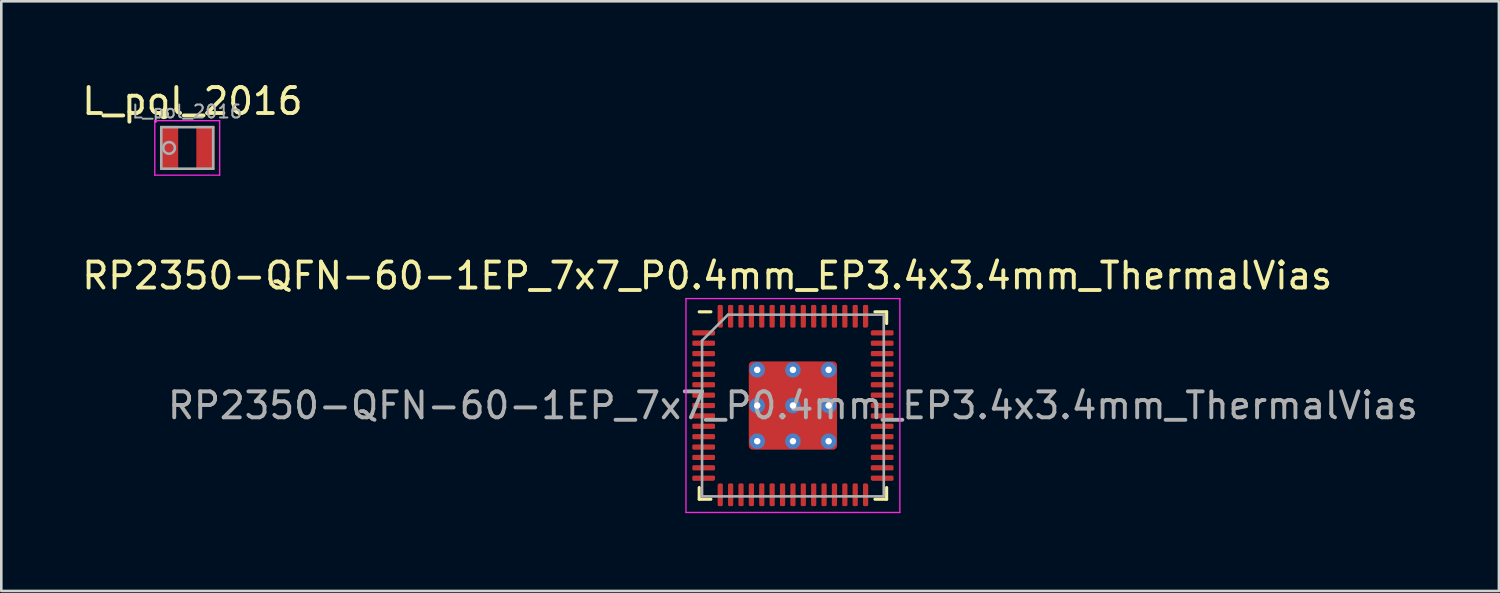
<source format=kicad_pcb>
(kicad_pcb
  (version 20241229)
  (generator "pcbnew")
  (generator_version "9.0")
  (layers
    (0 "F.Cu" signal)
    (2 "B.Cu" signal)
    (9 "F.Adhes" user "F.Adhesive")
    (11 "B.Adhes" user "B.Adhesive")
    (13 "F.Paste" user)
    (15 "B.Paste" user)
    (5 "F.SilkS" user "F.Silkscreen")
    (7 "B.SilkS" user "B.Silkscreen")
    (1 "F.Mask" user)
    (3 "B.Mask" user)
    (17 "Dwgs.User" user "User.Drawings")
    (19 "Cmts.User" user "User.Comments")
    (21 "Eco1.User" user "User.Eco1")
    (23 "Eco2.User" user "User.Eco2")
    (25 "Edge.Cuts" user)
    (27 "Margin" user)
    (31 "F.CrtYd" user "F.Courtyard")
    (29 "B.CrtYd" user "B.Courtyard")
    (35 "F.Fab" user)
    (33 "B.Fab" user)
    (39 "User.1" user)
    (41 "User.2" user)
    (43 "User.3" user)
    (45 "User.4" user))
  (footprint "L_pol_2016"
    (layer "F.Cu")
    (at 4.163 2.648)
    (property "Reference" "L_pol_2016" (at 0.2 -1.8 0) (layer "F.SilkS") (effects (font (size 1 1) (thickness 0.15))))
    (attr smd)
    (fp_circle (center -0.9 -1.3) (end -0.759 -1.3) (stroke (width 0.1) (type solid)) (fill yes) (layer "F.SilkS"))
    (fp_line (start -1.25 -1.05) (end -1.25 1.05) (stroke (width 0.05) (type solid)) (layer "F.CrtYd"))
    (fp_line (start -1.25 1.05) (end 1.25 1.05) (stroke (width 0.05) (type solid)) (layer "F.CrtYd"))
    (fp_line (start 1.25 -1.05) (end -1.25 -1.05) (stroke (width 0.05) (type solid)) (layer "F.CrtYd"))
    (fp_line (start 1.25 1.05) (end 1.25 -1.05) (stroke (width 0.05) (type solid)) (layer "F.CrtYd"))
    (fp_line (start -1 -0.8) (end -1 0.8) (stroke (width 0.1) (type solid)) (layer "F.Fab"))
    (fp_line (start -1 0.8) (end 1 0.8) (stroke (width 0.1) (type solid)) (layer "F.Fab"))
    (fp_line (start 1 -0.8) (end -1 -0.8) (stroke (width 0.1) (type solid)) (layer "F.Fab"))
    (fp_line (start 1 0.8) (end 1 -0.8) (stroke (width 0.1) (type solid)) (layer "F.Fab"))
    (fp_circle (center -0.7 0) (end -0.476 0) (stroke (width 0.1) (type solid)) (fill no) (layer "F.Fab"))
    (fp_text user "${REFERENCE}" (at 0 -1.4 0) (layer "F.Fab") (effects (font (size 0.5 0.5) (thickness 0.075))))
    (pad "1" smd rect (at -0.7 0) (size 0.7 1.7) (layers "F.Cu" "F.Mask" "F.Paste"))
    (pad "2" smd rect (at 0.7 0) (size 0.7 1.7) (layers "F.Cu" "F.Mask" "F.Paste")))
  (footprint "RP2350-QFN-60-1EP_7x7_P0.4mm_EP3.4x3.4mm_ThermalVias"
    (layer "F.Cu")
    (at 27.496 12.572)
    (property "Reference" "RP2350-QFN-60-1EP_7x7_P0.4mm_EP3.4x3.4mm_ThermalVias" (at -3.3 -5 0) (layer "F.SilkS") (effects (font (size 1 1) (thickness 0.15))))
    (attr smd)
    (fp_line (start -3.61 3.61) (end -3.61 3.16) (stroke (width 0.12) (type solid)) (layer "F.SilkS"))
    (fp_line (start -3.16 -3.61) (end -3.61 -3.61) (stroke (width 0.12) (type solid)) (layer "F.SilkS"))
    (fp_line (start -3.16 3.61) (end -3.61 3.61) (stroke (width 0.12) (type solid)) (layer "F.SilkS"))
    (fp_line (start 3.16 -3.61) (end 3.61 -3.61) (stroke (width 0.12) (type solid)) (layer "F.SilkS"))
    (fp_line (start 3.16 3.61) (end 3.61 3.61) (stroke (width 0.12) (type solid)) (layer "F.SilkS"))
    (fp_line (start 3.61 -3.61) (end 3.61 -3.16) (stroke (width 0.12) (type solid)) (layer "F.SilkS"))
    (fp_line (start 3.61 3.61) (end 3.61 3.16) (stroke (width 0.12) (type solid)) (layer "F.SilkS"))
    (fp_line (start -4.12 -4.12) (end -4.12 4.12) (stroke (width 0.05) (type solid)) (layer "F.CrtYd"))
    (fp_line (start -4.12 4.12) (end 4.12 4.12) (stroke (width 0.05) (type solid)) (layer "F.CrtYd"))
    (fp_line (start 4.12 -4.12) (end -4.12 -4.12) (stroke (width 0.05) (type solid)) (layer "F.CrtYd"))
    (fp_line (start 4.12 4.12) (end 4.12 -4.12) (stroke (width 0.05) (type solid)) (layer "F.CrtYd"))
    (fp_line (start -3.5 -2.5) (end -2.5 -3.5) (stroke (width 0.1) (type solid)) (layer "F.Fab"))
    (fp_line (start -3.5 3.5) (end -3.5 -2.5) (stroke (width 0.1) (type solid)) (layer "F.Fab"))
    (fp_line (start -2.5 -3.5) (end 3.5 -3.5) (stroke (width 0.1) (type solid)) (layer "F.Fab"))
    (fp_line (start 3.5 -3.5) (end 3.5 3.5) (stroke (width 0.1) (type solid)) (layer "F.Fab"))
    (fp_line (start 3.5 3.5) (end -3.5 3.5) (stroke (width 0.1) (type solid)) (layer "F.Fab"))
    (fp_text user "${REFERENCE}" (at 0 0 0) (layer "F.Fab") (effects (font (size 1 1) (thickness 0.15))))
    (pad "" smd roundrect (at -0.7 -0.7) (size 1.2 1.2) (layers "F.Paste") (roundrect_rratio 0.208))
    (pad "" smd roundrect (at -0.7 0.7) (size 1.2 1.2) (layers "F.Paste") (roundrect_rratio 0.208))
    (pad "" smd roundrect (at 0.7 -0.7) (size 1.2 1.2) (layers "F.Paste") (roundrect_rratio 0.208))
    (pad "" smd roundrect (at 0.7 0.7) (size 1.2 1.2) (layers "F.Paste") (roundrect_rratio 0.208))
    (pad "1" smd roundrect (at -3.438 -2.8) (size 0.875 0.2) (layers "F.Cu" "F.Mask" "F.Paste") (roundrect_rratio 0.25) (chamfer_ratio 0.25) (chamfer top_right))
    (pad "2" smd roundrect (at -3.438 -2.4) (size 0.875 0.2) (layers "F.Cu" "F.Mask" "F.Paste") (roundrect_rratio 0.25))
    (pad "3" smd roundrect (at -3.438 -2) (size 0.875 0.2) (layers "F.Cu" "F.Mask" "F.Paste") (roundrect_rratio 0.25))
    (pad "4" smd roundrect (at -3.438 -1.6) (size 0.875 0.2) (layers "F.Cu" "F.Mask" "F.Paste") (roundrect_rratio 0.25))
    (pad "5" smd roundrect (at -3.438 -1.2) (size 0.875 0.2) (layers "F.Cu" "F.Mask" "F.Paste") (roundrect_rratio 0.25))
    (pad "6" smd roundrect (at -3.438 -0.8) (size 0.875 0.2) (layers "F.Cu" "F.Mask" "F.Paste") (roundrect_rratio 0.25))
    (pad "7" smd roundrect (at -3.438 -0.4) (size 0.875 0.2) (layers "F.Cu" "F.Mask" "F.Paste") (roundrect_rratio 0.25))
    (pad "8" smd roundrect (at -3.438 0) (size 0.875 0.2) (layers "F.Cu" "F.Mask" "F.Paste") (roundrect_rratio 0.25))
    (pad "9" smd roundrect (at -3.438 0.4) (size 0.875 0.2) (layers "F.Cu" "F.Mask" "F.Paste") (roundrect_rratio 0.25))
    (pad "10" smd roundrect (at -3.438 0.8) (size 0.875 0.2) (layers "F.Cu" "F.Mask" "F.Paste") (roundrect_rratio 0.25))
    (pad "11" smd roundrect (at -3.438 1.2) (size 0.875 0.2) (layers "F.Cu" "F.Mask" "F.Paste") (roundrect_rratio 0.25))
    (pad "12" smd roundrect (at -3.438 1.6) (size 0.875 0.2) (layers "F.Cu" "F.Mask" "F.Paste") (roundrect_rratio 0.25))
    (pad "13" smd roundrect (at -3.438 2) (size 0.875 0.2) (layers "F.Cu" "F.Mask" "F.Paste") (roundrect_rratio 0.25))
    (pad "14" smd roundrect (at -3.438 2.4) (size 0.875 0.2) (layers "F.Cu" "F.Mask" "F.Paste") (roundrect_rratio 0.25))
    (pad "15" smd roundrect (at -3.438 2.8) (size 0.875 0.2) (layers "F.Cu" "F.Mask" "F.Paste") (roundrect_rratio 0.25) (chamfer_ratio 0.25) (chamfer bottom_right))
    (pad "16" smd roundrect (at -2.8 3.438) (size 0.2 0.875) (layers "F.Cu" "F.Mask" "F.Paste") (roundrect_rratio 0.25) (chamfer_ratio 0.25) (chamfer top_left))
    (pad "17" smd roundrect (at -2.4 3.438) (size 0.2 0.875) (layers "F.Cu" "F.Mask" "F.Paste") (roundrect_rratio 0.25))
    (pad "18" smd roundrect (at -2 3.438) (size 0.2 0.875) (layers "F.Cu" "F.Mask" "F.Paste") (roundrect_rratio 0.25))
    (pad "19" smd roundrect (at -1.6 3.438) (size 0.2 0.875) (layers "F.Cu" "F.Mask" "F.Paste") (roundrect_rratio 0.25))
    (pad "20" smd roundrect (at -1.2 3.438) (size 0.2 0.875) (layers "F.Cu" "F.Mask" "F.Paste") (roundrect_rratio 0.25))
    (pad "21" smd roundrect (at -0.8 3.438) (size 0.2 0.875) (layers "F.Cu" "F.Mask" "F.Paste") (roundrect_rratio 0.25))
    (pad "22" smd roundrect (at -0.4 3.438) (size 0.2 0.875) (layers "F.Cu" "F.Mask" "F.Paste") (roundrect_rratio 0.25))
    (pad "23" smd roundrect (at 0 3.438) (size 0.2 0.875) (layers "F.Cu" "F.Mask" "F.Paste") (roundrect_rratio 0.25))
    (pad "24" smd roundrect (at 0.4 3.438) (size 0.2 0.875) (layers "F.Cu" "F.Mask" "F.Paste") (roundrect_rratio 0.25))
    (pad "25" smd roundrect (at 0.8 3.438) (size 0.2 0.875) (layers "F.Cu" "F.Mask" "F.Paste") (roundrect_rratio 0.25))
    (pad "26" smd roundrect (at 1.2 3.438) (size 0.2 0.875) (layers "F.Cu" "F.Mask" "F.Paste") (roundrect_rratio 0.25))
    (pad "27" smd roundrect (at 1.6 3.438) (size 0.2 0.875) (layers "F.Cu" "F.Mask" "F.Paste") (roundrect_rratio 0.25))
    (pad "28" smd roundrect (at 2 3.438) (size 0.2 0.875) (layers "F.Cu" "F.Mask" "F.Paste") (roundrect_rratio 0.25))
    (pad "29" smd roundrect (at 2.4 3.438) (size 0.2 0.875) (layers "F.Cu" "F.Mask" "F.Paste") (roundrect_rratio 0.25))
    (pad "30" smd roundrect (at 2.8 3.438) (size 0.2 0.875) (layers "F.Cu" "F.Mask" "F.Paste") (roundrect_rratio 0.25) (chamfer_ratio 0.25) (chamfer top_right))
    (pad "31" smd roundrect (at 3.438 2.8) (size 0.875 0.2) (layers "F.Cu" "F.Mask" "F.Paste") (roundrect_rratio 0.25) (chamfer_ratio 0.25) (chamfer bottom_left))
    (pad "32" smd roundrect (at 3.438 2.4) (size 0.875 0.2) (layers "F.Cu" "F.Mask" "F.Paste") (roundrect_rratio 0.25))
    (pad "33" smd roundrect (at 3.438 2) (size 0.875 0.2) (layers "F.Cu" "F.Mask" "F.Paste") (roundrect_rratio 0.25))
    (pad "34" smd roundrect (at 3.438 1.6) (size 0.875 0.2) (layers "F.Cu" "F.Mask" "F.Paste") (roundrect_rratio 0.25))
    (pad "35" smd roundrect (at 3.438 1.2) (size 0.875 0.2) (layers "F.Cu" "F.Mask" "F.Paste") (roundrect_rratio 0.25))
    (pad "36" smd roundrect (at 3.438 0.8) (size 0.875 0.2) (layers "F.Cu" "F.Mask" "F.Paste") (roundrect_rratio 0.25))
    (pad "37" smd roundrect (at 3.438 0.4) (size 0.875 0.2) (layers "F.Cu" "F.Mask" "F.Paste") (roundrect_rratio 0.25))
    (pad "38" smd roundrect (at 3.438 0) (size 0.875 0.2) (layers "F.Cu" "F.Mask" "F.Paste") (roundrect_rratio 0.25))
    (pad "39" smd roundrect (at 3.438 -0.4) (size 0.875 0.2) (layers "F.Cu" "F.Mask" "F.Paste") (roundrect_rratio 0.25))
    (pad "40" smd roundrect (at 3.438 -0.8) (size 0.875 0.2) (layers "F.Cu" "F.Mask" "F.Paste") (roundrect_rratio 0.25))
    (pad "41" smd roundrect (at 3.438 -1.2) (size 0.875 0.2) (layers "F.Cu" "F.Mask" "F.Paste") (roundrect_rratio 0.25))
    (pad "42" smd roundrect (at 3.438 -1.6) (size 0.875 0.2) (layers "F.Cu" "F.Mask" "F.Paste") (roundrect_rratio 0.25))
    (pad "43" smd roundrect (at 3.438 -2) (size 0.875 0.2) (layers "F.Cu" "F.Mask" "F.Paste") (roundrect_rratio 0.25))
    (pad "44" smd roundrect (at 3.438 -2.4) (size 0.875 0.2) (layers "F.Cu" "F.Mask" "F.Paste") (roundrect_rratio 0.25))
    (pad "45" smd roundrect (at 3.438 -2.8) (size 0.875 0.2) (layers "F.Cu" "F.Mask" "F.Paste") (roundrect_rratio 0.25) (chamfer_ratio 0.25) (chamfer top_left))
    (pad "46" smd roundrect (at 2.8 -3.438) (size 0.2 0.875) (layers "F.Cu" "F.Mask" "F.Paste") (roundrect_rratio 0.25) (chamfer_ratio 0.25) (chamfer bottom_right))
    (pad "47" smd roundrect (at 2.4 -3.438) (size 0.2 0.875) (layers "F.Cu" "F.Mask" "F.Paste") (roundrect_rratio 0.25))
    (pad "48" smd roundrect (at 2 -3.438) (size 0.2 0.875) (layers "F.Cu" "F.Mask" "F.Paste") (roundrect_rratio 0.25))
    (pad "49" smd roundrect (at 1.6 -3.438) (size 0.2 0.875) (layers "F.Cu" "F.Mask" "F.Paste") (roundrect_rratio 0.25))
    (pad "50" smd roundrect (at 1.2 -3.438) (size 0.2 0.875) (layers "F.Cu" "F.Mask" "F.Paste") (roundrect_rratio 0.25))
    (pad "51" smd roundrect (at 0.8 -3.438) (size 0.2 0.875) (layers "F.Cu" "F.Mask" "F.Paste") (roundrect_rratio 0.25))
    (pad "52" smd roundrect (at 0.4 -3.438) (size 0.2 0.875) (layers "F.Cu" "F.Mask" "F.Paste") (roundrect_rratio 0.25))
    (pad "53" smd roundrect (at 0 -3.438) (size 0.2 0.875) (layers "F.Cu" "F.Mask" "F.Paste") (roundrect_rratio 0.25))
    (pad "54" smd roundrect (at -0.4 -3.438) (size 0.2 0.875) (layers "F.Cu" "F.Mask" "F.Paste") (roundrect_rratio 0.25))
    (pad "55" smd roundrect (at -0.8 -3.438) (size 0.2 0.875) (layers "F.Cu" "F.Mask" "F.Paste") (roundrect_rratio 0.25))
    (pad "56" smd roundrect (at -1.2 -3.438) (size 0.2 0.875) (layers "F.Cu" "F.Mask" "F.Paste") (roundrect_rratio 0.25))
    (pad "57" smd roundrect (at -1.6 -3.438) (size 0.2 0.875) (layers "F.Cu" "F.Mask" "F.Paste") (roundrect_rratio 0.25))
    (pad "58" smd roundrect (at -2 -3.438) (size 0.2 0.875) (layers "F.Cu" "F.Mask" "F.Paste") (roundrect_rratio 0.25))
    (pad "59" smd roundrect (at -2.4 -3.438) (size 0.2 0.875) (layers "F.Cu" "F.Mask" "F.Paste") (roundrect_rratio 0.25))
    (pad "60" smd roundrect (at -2.8 -3.438) (size 0.2 0.875) (layers "F.Cu" "F.Mask" "F.Paste") (roundrect_rratio 0.25) (chamfer_ratio 0.25) (chamfer bottom_left))
    (pad "61" thru_hole circle (at -1.375 -1.375) (size 0.6 0.6) (drill 0.25) (layers "*.Cu"))
    (pad "61" thru_hole circle (at -1.375 0) (size 0.6 0.6) (drill 0.25) (layers "*.Cu"))
    (pad "61" thru_hole circle (at -1.375 1.375) (size 0.6 0.6) (drill 0.25) (layers "*.Cu"))
    (pad "61" thru_hole circle (at 0 -1.375) (size 0.6 0.6) (drill 0.25) (layers "*.Cu"))
    (pad "61" thru_hole circle (at 0 0) (size 0.6 0.6) (drill 0.25) (layers "*.Cu"))
    (pad "61" smd roundrect (at 0 0 90) (size 3.4 3.4) (layers "F.Cu" "F.Mask") (roundrect_rratio 0.045))
    (pad "61" thru_hole circle (at 0 1.375) (size 0.6 0.6) (drill 0.25) (layers "*.Cu"))
    (pad "61" thru_hole circle (at 1.375 -1.375) (size 0.6 0.6) (drill 0.25) (layers "*.Cu"))
    (pad "61" thru_hole circle (at 1.375 0) (size 0.6 0.6) (drill 0.25) (layers "*.Cu"))
    (pad "61" thru_hole circle (at 1.375 1.375) (size 0.6 0.6) (drill 0.25) (layers "*.Cu")))
  (gr_rect
    (start -3 -3)
    (end 54.693 19.716)
    (stroke (width 0.1) (type default))
    (fill no)
    (layer "Edge.Cuts")))
</source>
